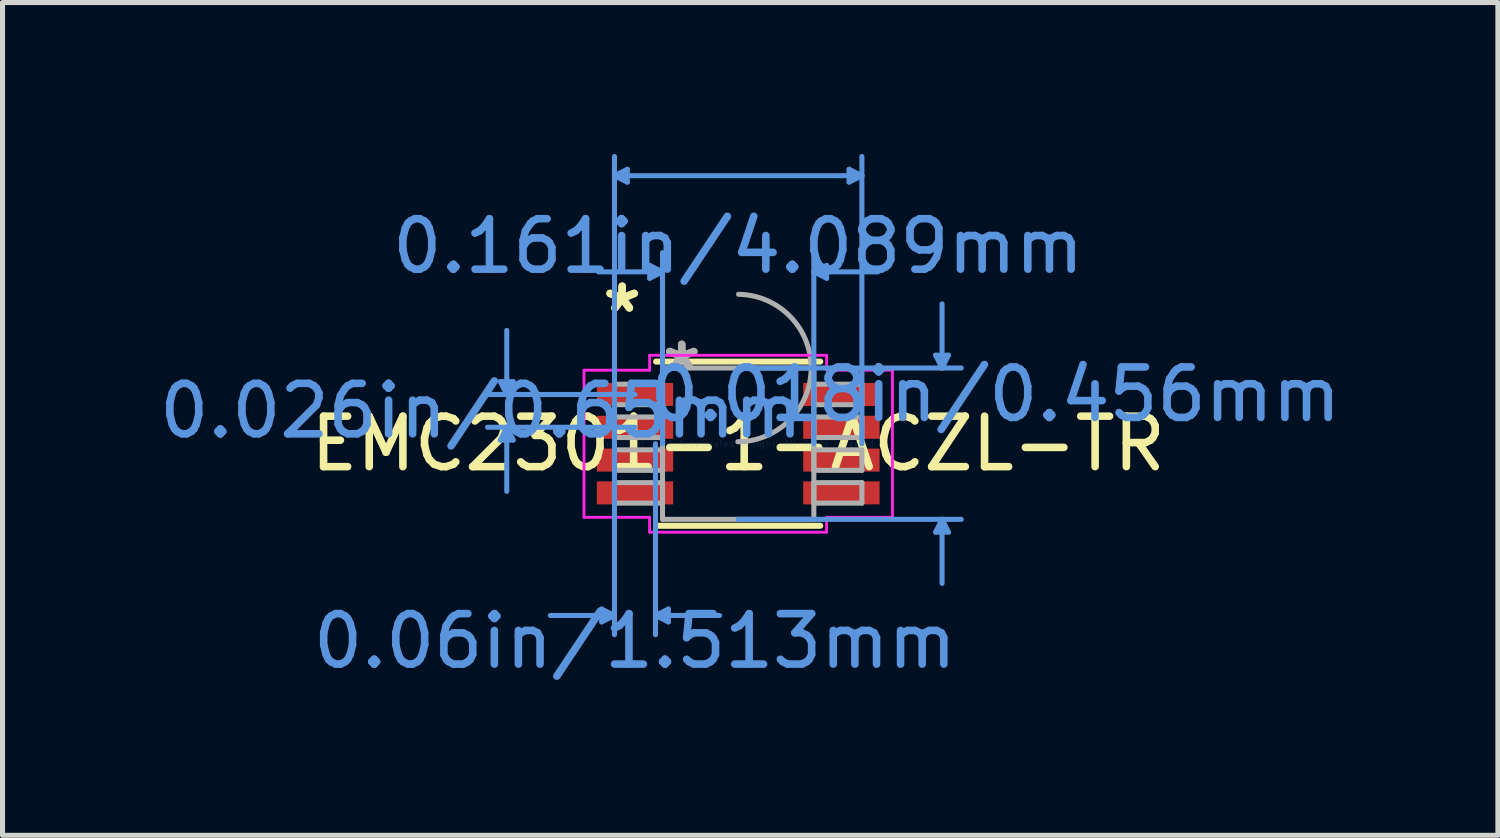
<source format=kicad_pcb>
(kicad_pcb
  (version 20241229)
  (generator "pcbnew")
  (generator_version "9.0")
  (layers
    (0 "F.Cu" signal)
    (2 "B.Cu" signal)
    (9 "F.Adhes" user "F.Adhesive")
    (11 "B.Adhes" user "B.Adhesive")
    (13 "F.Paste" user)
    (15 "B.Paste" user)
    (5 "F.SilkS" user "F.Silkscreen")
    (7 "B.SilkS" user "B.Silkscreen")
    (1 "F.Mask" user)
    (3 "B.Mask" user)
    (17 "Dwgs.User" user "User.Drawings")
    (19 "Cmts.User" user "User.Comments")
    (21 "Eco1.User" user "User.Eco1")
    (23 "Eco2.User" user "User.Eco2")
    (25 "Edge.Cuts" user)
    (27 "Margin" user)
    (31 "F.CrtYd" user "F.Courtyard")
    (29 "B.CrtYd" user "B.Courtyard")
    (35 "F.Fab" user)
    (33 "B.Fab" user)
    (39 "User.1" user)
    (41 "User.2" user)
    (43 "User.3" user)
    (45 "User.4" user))
  (footprint "EMC2301-1-ACZL-TR"
    (layer "F.Cu")
    (at 11.575 5.74)
    (property "Reference" "EMC2301-1-ACZL-TR" (at 0 0 0) (layer "F.SilkS") (effects (font (size 1 1) (thickness 0.15))))
    (attr through_hole)
    (fp_line (start -1.626 1.626) (end 1.626 1.626) (stroke (width 0.12) (type solid)) (layer "F.SilkS"))
    (fp_line (start 1.626 -1.626) (end -1.626 -1.626) (stroke (width 0.12) (type solid)) (layer "F.SilkS"))
    (fp_line (start -4.712 -1.229) (end -4.458 -1.229) (stroke (width 0.1) (type solid)) (layer "Cmts.User"))
    (fp_line (start -4.712 -0.071) (end -4.458 -0.071) (stroke (width 0.1) (type solid)) (layer "Cmts.User"))
    (fp_line (start -4.585 -0.975) (end -4.712 -1.229) (stroke (width 0.1) (type solid)) (layer "Cmts.User"))
    (fp_line (start -4.585 -0.975) (end -4.585 -2.245) (stroke (width 0.1) (type solid)) (layer "Cmts.User"))
    (fp_line (start -4.585 -0.975) (end -4.458 -1.229) (stroke (width 0.1) (type solid)) (layer "Cmts.User"))
    (fp_line (start -4.585 -0.325) (end -4.712 -0.071) (stroke (width 0.1) (type solid)) (layer "Cmts.User"))
    (fp_line (start -4.585 -0.325) (end -4.585 0.945) (stroke (width 0.1) (type solid)) (layer "Cmts.User"))
    (fp_line (start -4.585 -0.325) (end -4.458 -0.071) (stroke (width 0.1) (type solid)) (layer "Cmts.User"))
    (fp_line (start -2.705 3.277) (end -2.705 3.531) (stroke (width 0.1) (type solid)) (layer "Cmts.User"))
    (fp_line (start -2.451 -5.309) (end -2.197 -5.436) (stroke (width 0.1) (type solid)) (layer "Cmts.User"))
    (fp_line (start -2.451 -5.309) (end -2.197 -5.182) (stroke (width 0.1) (type solid)) (layer "Cmts.User"))
    (fp_line (start -2.451 -5.309) (end 2.451 -5.309) (stroke (width 0.1) (type solid)) (layer "Cmts.User"))
    (fp_line (start -2.451 0) (end -2.451 -5.69) (stroke (width 0.1) (type solid)) (layer "Cmts.User"))
    (fp_line (start -2.451 0) (end -2.451 3.785) (stroke (width 0.1) (type solid)) (layer "Cmts.User"))
    (fp_line (start -2.451 3.404) (end -3.721 3.404) (stroke (width 0.1) (type solid)) (layer "Cmts.User"))
    (fp_line (start -2.451 3.404) (end -2.705 3.277) (stroke (width 0.1) (type solid)) (layer "Cmts.User"))
    (fp_line (start -2.451 3.404) (end -2.705 3.531) (stroke (width 0.1) (type solid)) (layer "Cmts.User"))
    (fp_line (start -2.197 -5.436) (end -2.197 -5.182) (stroke (width 0.1) (type solid)) (layer "Cmts.User"))
    (fp_line (start -2.045 -0.975) (end -4.966 -0.975) (stroke (width 0.1) (type solid)) (layer "Cmts.User"))
    (fp_line (start -2.045 -0.325) (end -4.966 -0.325) (stroke (width 0.1) (type solid)) (layer "Cmts.User"))
    (fp_line (start -1.753 -3.531) (end -1.753 -3.277) (stroke (width 0.1) (type solid)) (layer "Cmts.User"))
    (fp_line (start -1.638 0) (end -1.638 3.785) (stroke (width 0.1) (type solid)) (layer "Cmts.User"))
    (fp_line (start -1.638 3.404) (end -1.384 3.277) (stroke (width 0.1) (type solid)) (layer "Cmts.User"))
    (fp_line (start -1.638 3.404) (end -1.384 3.531) (stroke (width 0.1) (type solid)) (layer "Cmts.User"))
    (fp_line (start -1.638 3.404) (end -0.368 3.404) (stroke (width 0.1) (type solid)) (layer "Cmts.User"))
    (fp_line (start -1.499 -3.404) (end -2.769 -3.404) (stroke (width 0.1) (type solid)) (layer "Cmts.User"))
    (fp_line (start -1.499 -3.404) (end -1.753 -3.531) (stroke (width 0.1) (type solid)) (layer "Cmts.User"))
    (fp_line (start -1.499 -3.404) (end -1.753 -3.277) (stroke (width 0.1) (type solid)) (layer "Cmts.User"))
    (fp_line (start -1.499 0) (end -1.499 -3.785) (stroke (width 0.1) (type solid)) (layer "Cmts.User"))
    (fp_line (start -1.384 3.277) (end -1.384 3.531) (stroke (width 0.1) (type solid)) (layer "Cmts.User"))
    (fp_line (start 0 -1.499) (end 4.42 -1.499) (stroke (width 0.1) (type solid)) (layer "Cmts.User"))
    (fp_line (start 0 1.499) (end 4.42 1.499) (stroke (width 0.1) (type solid)) (layer "Cmts.User"))
    (fp_line (start 1.499 -3.404) (end 1.753 -3.531) (stroke (width 0.1) (type solid)) (layer "Cmts.User"))
    (fp_line (start 1.499 -3.404) (end 1.753 -3.277) (stroke (width 0.1) (type solid)) (layer "Cmts.User"))
    (fp_line (start 1.499 -3.404) (end 2.769 -3.404) (stroke (width 0.1) (type solid)) (layer "Cmts.User"))
    (fp_line (start 1.499 0) (end 1.499 -3.785) (stroke (width 0.1) (type solid)) (layer "Cmts.User"))
    (fp_line (start 1.753 -3.531) (end 1.753 -3.277) (stroke (width 0.1) (type solid)) (layer "Cmts.User"))
    (fp_line (start 2.197 -5.436) (end 2.197 -5.182) (stroke (width 0.1) (type solid)) (layer "Cmts.User"))
    (fp_line (start 2.451 -5.309) (end 2.197 -5.436) (stroke (width 0.1) (type solid)) (layer "Cmts.User"))
    (fp_line (start 2.451 -5.309) (end 2.197 -5.182) (stroke (width 0.1) (type solid)) (layer "Cmts.User"))
    (fp_line (start 2.451 0) (end 2.451 -5.69) (stroke (width 0.1) (type solid)) (layer "Cmts.User"))
    (fp_line (start 3.912 -1.753) (end 4.166 -1.753) (stroke (width 0.1) (type solid)) (layer "Cmts.User"))
    (fp_line (start 3.912 1.753) (end 4.166 1.753) (stroke (width 0.1) (type solid)) (layer "Cmts.User"))
    (fp_line (start 4.039 -1.499) (end 3.912 -1.753) (stroke (width 0.1) (type solid)) (layer "Cmts.User"))
    (fp_line (start 4.039 -1.499) (end 4.039 -2.769) (stroke (width 0.1) (type solid)) (layer "Cmts.User"))
    (fp_line (start 4.039 -1.499) (end 4.166 -1.753) (stroke (width 0.1) (type solid)) (layer "Cmts.User"))
    (fp_line (start 4.039 1.499) (end 3.912 1.753) (stroke (width 0.1) (type solid)) (layer "Cmts.User"))
    (fp_line (start 4.039 1.499) (end 4.039 2.769) (stroke (width 0.1) (type solid)) (layer "Cmts.User"))
    (fp_line (start 4.039 1.499) (end 4.166 1.753) (stroke (width 0.1) (type solid)) (layer "Cmts.User"))
    (fp_line (start -3.055 -1.457) (end -1.753 -1.457) (stroke (width 0.05) (type solid)) (layer "F.CrtYd"))
    (fp_line (start -3.055 -1.457) (end -1.753 -1.457) (stroke (width 0.05) (type solid)) (layer "F.CrtYd"))
    (fp_line (start -3.055 1.457) (end -3.055 -1.457) (stroke (width 0.05) (type solid)) (layer "F.CrtYd"))
    (fp_line (start -3.055 1.457) (end -3.055 -1.457) (stroke (width 0.05) (type solid)) (layer "F.CrtYd"))
    (fp_line (start -3.055 1.457) (end -1.753 1.457) (stroke (width 0.05) (type solid)) (layer "F.CrtYd"))
    (fp_line (start -1.753 -1.753) (end 1.753 -1.753) (stroke (width 0.05) (type solid)) (layer "F.CrtYd"))
    (fp_line (start -1.753 -1.753) (end 1.753 -1.753) (stroke (width 0.05) (type solid)) (layer "F.CrtYd"))
    (fp_line (start -1.753 -1.457) (end -1.753 -1.753) (stroke (width 0.05) (type solid)) (layer "F.CrtYd"))
    (fp_line (start -1.753 -1.457) (end -1.753 -1.753) (stroke (width 0.05) (type solid)) (layer "F.CrtYd"))
    (fp_line (start -1.753 1.457) (end -3.055 1.457) (stroke (width 0.05) (type solid)) (layer "F.CrtYd"))
    (fp_line (start -1.753 1.753) (end -1.753 1.457) (stroke (width 0.05) (type solid)) (layer "F.CrtYd"))
    (fp_line (start -1.753 1.753) (end -1.753 1.457) (stroke (width 0.05) (type solid)) (layer "F.CrtYd"))
    (fp_line (start 1.753 -1.753) (end 1.753 -1.457) (stroke (width 0.05) (type solid)) (layer "F.CrtYd"))
    (fp_line (start 1.753 -1.753) (end 1.753 -1.457) (stroke (width 0.05) (type solid)) (layer "F.CrtYd"))
    (fp_line (start 1.753 -1.457) (end 3.055 -1.457) (stroke (width 0.05) (type solid)) (layer "F.CrtYd"))
    (fp_line (start 1.753 1.457) (end 1.753 1.753) (stroke (width 0.05) (type solid)) (layer "F.CrtYd"))
    (fp_line (start 1.753 1.457) (end 1.753 1.753) (stroke (width 0.05) (type solid)) (layer "F.CrtYd"))
    (fp_line (start 1.753 1.753) (end -1.753 1.753) (stroke (width 0.05) (type solid)) (layer "F.CrtYd"))
    (fp_line (start 1.753 1.753) (end -1.753 1.753) (stroke (width 0.05) (type solid)) (layer "F.CrtYd"))
    (fp_line (start 3.055 -1.457) (end 1.753 -1.457) (stroke (width 0.05) (type solid)) (layer "F.CrtYd"))
    (fp_line (start 3.055 -1.457) (end 3.055 1.457) (stroke (width 0.05) (type solid)) (layer "F.CrtYd"))
    (fp_line (start 3.055 -1.457) (end 3.055 1.457) (stroke (width 0.05) (type solid)) (layer "F.CrtYd"))
    (fp_line (start 3.055 1.457) (end 1.753 1.457) (stroke (width 0.05) (type solid)) (layer "F.CrtYd"))
    (fp_line (start 3.055 1.457) (end 1.753 1.457) (stroke (width 0.05) (type solid)) (layer "F.CrtYd"))
    (fp_line (start -2.451 -1.178) (end -2.451 -0.772) (stroke (width 0.1) (type solid)) (layer "F.Fab"))
    (fp_line (start -2.451 -0.772) (end -1.499 -0.772) (stroke (width 0.1) (type solid)) (layer "F.Fab"))
    (fp_line (start -2.451 -0.528) (end -2.451 -0.122) (stroke (width 0.1) (type solid)) (layer "F.Fab"))
    (fp_line (start -2.451 -0.122) (end -1.499 -0.122) (stroke (width 0.1) (type solid)) (layer "F.Fab"))
    (fp_line (start -2.451 0.122) (end -2.451 0.528) (stroke (width 0.1) (type solid)) (layer "F.Fab"))
    (fp_line (start -2.451 0.528) (end -1.499 0.528) (stroke (width 0.1) (type solid)) (layer "F.Fab"))
    (fp_line (start -2.451 0.772) (end -2.451 1.178) (stroke (width 0.1) (type solid)) (layer "F.Fab"))
    (fp_line (start -2.451 1.178) (end -1.499 1.178) (stroke (width 0.1) (type solid)) (layer "F.Fab"))
    (fp_line (start -1.499 -1.499) (end -1.499 1.499) (stroke (width 0.1) (type solid)) (layer "F.Fab"))
    (fp_line (start -1.499 -1.178) (end -2.451 -1.178) (stroke (width 0.1) (type solid)) (layer "F.Fab"))
    (fp_line (start -1.499 -0.772) (end -1.499 -1.178) (stroke (width 0.1) (type solid)) (layer "F.Fab"))
    (fp_line (start -1.499 -0.528) (end -2.451 -0.528) (stroke (width 0.1) (type solid)) (layer "F.Fab"))
    (fp_line (start -1.499 -0.122) (end -1.499 -0.528) (stroke (width 0.1) (type solid)) (layer "F.Fab"))
    (fp_line (start -1.499 0.122) (end -2.451 0.122) (stroke (width 0.1) (type solid)) (layer "F.Fab"))
    (fp_line (start -1.499 0.528) (end -1.499 0.122) (stroke (width 0.1) (type solid)) (layer "F.Fab"))
    (fp_line (start -1.499 0.772) (end -2.451 0.772) (stroke (width 0.1) (type solid)) (layer "F.Fab"))
    (fp_line (start -1.499 1.178) (end -1.499 0.772) (stroke (width 0.1) (type solid)) (layer "F.Fab"))
    (fp_line (start -1.499 1.499) (end 1.499 1.499) (stroke (width 0.1) (type solid)) (layer "F.Fab"))
    (fp_line (start 1.499 -1.499) (end -1.499 -1.499) (stroke (width 0.1) (type solid)) (layer "F.Fab"))
    (fp_line (start 1.499 -1.178) (end 1.499 -0.772) (stroke (width 0.1) (type solid)) (layer "F.Fab"))
    (fp_line (start 1.499 -0.772) (end 2.451 -0.772) (stroke (width 0.1) (type solid)) (layer "F.Fab"))
    (fp_line (start 1.499 -0.528) (end 1.499 -0.122) (stroke (width 0.1) (type solid)) (layer "F.Fab"))
    (fp_line (start 1.499 -0.122) (end 2.451 -0.122) (stroke (width 0.1) (type solid)) (layer "F.Fab"))
    (fp_line (start 1.499 0.122) (end 1.499 0.528) (stroke (width 0.1) (type solid)) (layer "F.Fab"))
    (fp_line (start 1.499 0.528) (end 2.451 0.528) (stroke (width 0.1) (type solid)) (layer "F.Fab"))
    (fp_line (start 1.499 0.772) (end 1.499 1.178) (stroke (width 0.1) (type solid)) (layer "F.Fab"))
    (fp_line (start 1.499 1.178) (end 2.451 1.178) (stroke (width 0.1) (type solid)) (layer "F.Fab"))
    (fp_line (start 1.499 1.499) (end 1.499 -1.499) (stroke (width 0.1) (type solid)) (layer "F.Fab"))
    (fp_line (start 2.451 -1.178) (end 1.499 -1.178) (stroke (width 0.1) (type solid)) (layer "F.Fab"))
    (fp_line (start 2.451 -0.772) (end 2.451 -1.178) (stroke (width 0.1) (type solid)) (layer "F.Fab"))
    (fp_line (start 2.451 -0.528) (end 1.499 -0.528) (stroke (width 0.1) (type solid)) (layer "F.Fab"))
    (fp_line (start 2.451 -0.122) (end 2.451 -0.528) (stroke (width 0.1) (type solid)) (layer "F.Fab"))
    (fp_line (start 2.451 0.122) (end 1.499 0.122) (stroke (width 0.1) (type solid)) (layer "F.Fab"))
    (fp_line (start 2.451 0.528) (end 2.451 0.122) (stroke (width 0.1) (type solid)) (layer "F.Fab"))
    (fp_line (start 2.451 0.772) (end 1.499 0.772) (stroke (width 0.1) (type solid)) (layer "F.Fab"))
    (fp_line (start 2.451 1.178) (end 2.451 0.772) (stroke (width 0.1) (type solid)) (layer "F.Fab"))
    (fp_arc (start 0.007742 -2.959136) (mid 1.460536 -1.490858) (end -0.007742 -0.038064) (stroke (width 0.1) (type solid)) (layer "F.Fab"))
    (fp_text user "*" (at -2.299 -2.574 0) (layer "F.SilkS") (effects (font (size 1 1) (thickness 0.15))))
    (fp_text user "*" (at -2.299 -2.574 0) (layer "F.SilkS") (effects (font (size 1 1) (thickness 0.15))))
    (fp_text user "Copyright 2021 Accelerated Designs. All rights reserved." (at 0 0 0) (layer "Cmts.User") (effects (font (size 0.127 0.127) (thickness 0.002))))
    (fp_text user "0.06in/1.513mm" (at -2.045 3.912 0) (layer "Cmts.User") (effects (font (size 1 1) (thickness 0.15))))
    (fp_text user "0.018in/0.456mm" (at 5.093 -0.975 0) (layer "Cmts.User") (effects (font (size 1 1) (thickness 0.15))))
    (fp_text user "0.026in/0.65mm" (at -5.093 -0.65 0) (layer "Cmts.User") (effects (font (size 1 1) (thickness 0.15))))
    (fp_text user "0.161in/4.089mm" (at 0 -3.912 0) (layer "Cmts.User") (effects (font (size 1 1) (thickness 0.15))))
    (fp_text user "*" (at -1.118 -1.422 0) (layer "F.Fab") (effects (font (size 1 1) (thickness 0.15))))
    (fp_text user "*" (at -1.118 -1.422 0) (layer "F.Fab") (effects (font (size 1 1) (thickness 0.15))))
    (pad "1" smd rect (at -2.045 -0.975) (size 1.513 0.456) (layers "F.Cu" "F.Mask" "F.Paste"))
    (pad "2" smd rect (at -2.045 -0.325) (size 1.513 0.456) (layers "F.Cu" "F.Mask" "F.Paste"))
    (pad "3" smd rect (at -2.045 0.325) (size 1.513 0.456) (layers "F.Cu" "F.Mask" "F.Paste"))
    (pad "4" smd rect (at -2.045 0.975) (size 1.513 0.456) (layers "F.Cu" "F.Mask" "F.Paste"))
    (pad "5" smd rect (at 2.045 0.975) (size 1.513 0.456) (layers "F.Cu" "F.Mask" "F.Paste"))
    (pad "6" smd rect (at 2.045 0.325) (size 1.513 0.456) (layers "F.Cu" "F.Mask" "F.Paste"))
    (pad "7" smd rect (at 2.045 -0.325) (size 1.513 0.456) (layers "F.Cu" "F.Mask" "F.Paste"))
    (pad "8" smd rect (at 2.045 -0.975) (size 1.513 0.456) (layers "F.Cu" "F.Mask" "F.Paste")))
  (gr_rect
    (start -3 -3)
    (end 26.626 13.499)
    (stroke (width 0.1) (type default))
    (fill no)
    (layer "Edge.Cuts")))
</source>
